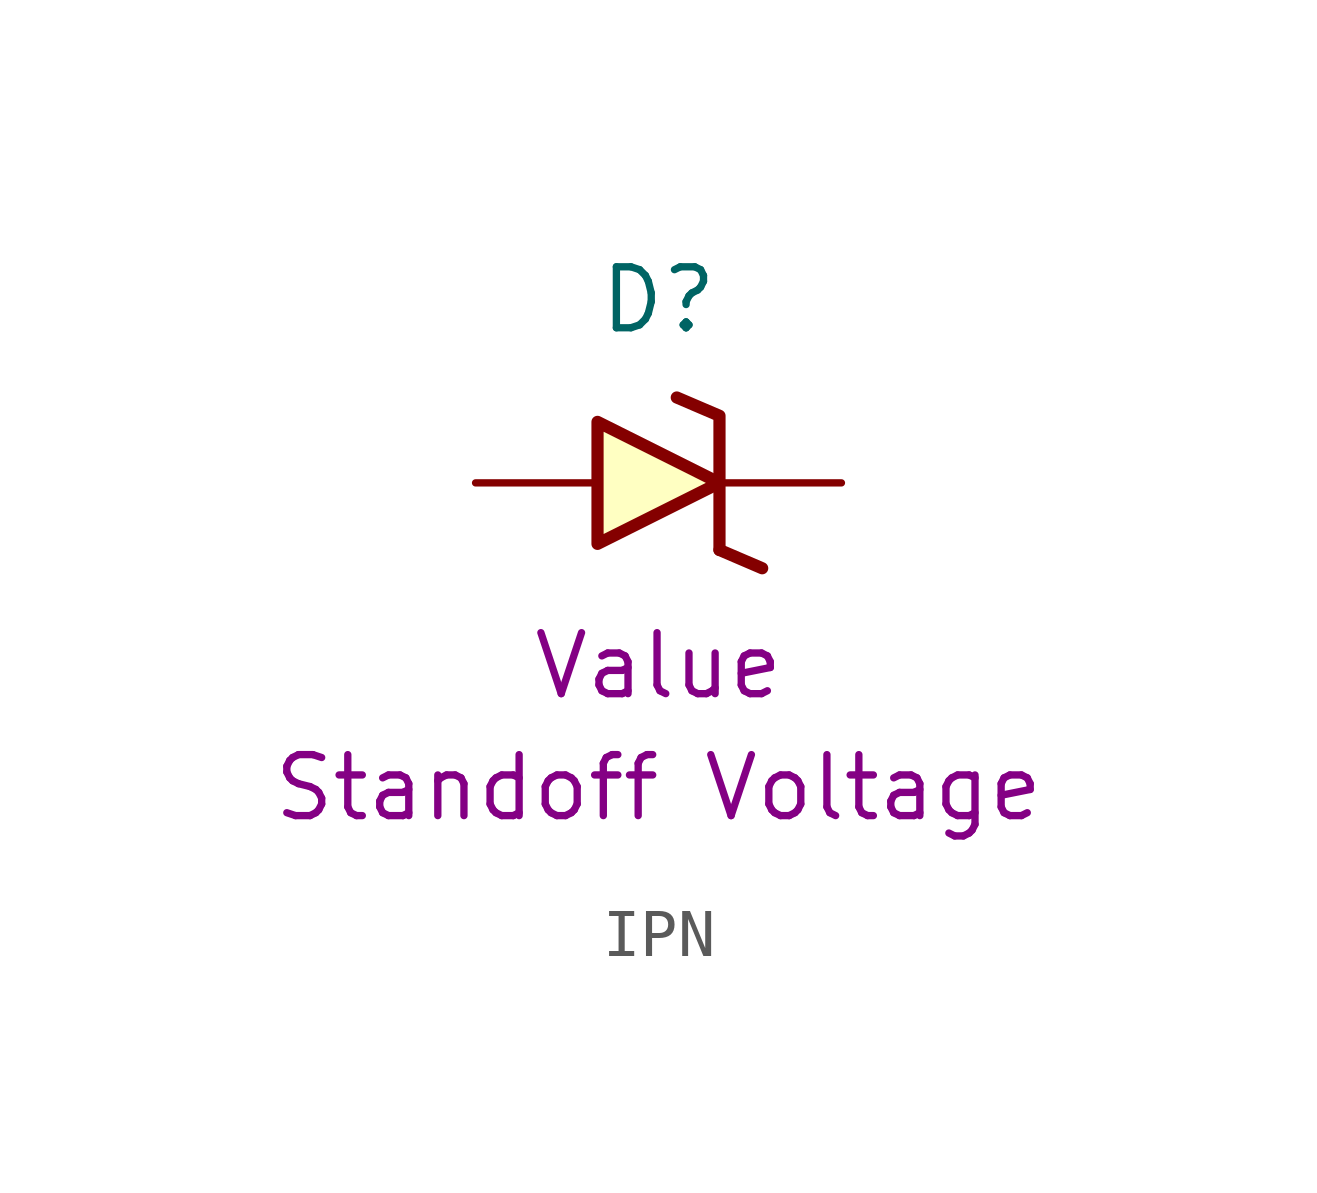
<source format=kicad_sym>
(kicad_symbol_lib
  (version 20211014)
  (generator kicad_symbol_editor)
  (symbol "IPN"
    (pin_numbers hide)
    (pin_names
      (offset 0) hide)
    (property "Reference" "D"
      (at 0 3.81 0)
      (effects (font (size 1.27 1.27))))
    (property "Part Number" "Value"
      (at 0 -3.81 0)
      (effects (font (size 1.27 1.27))))
    (property "Standoff Voltage" "Standoff Voltage"
      (at 0 -6.35 0)
      (effects (font (size 1.27 1.27))))
    (symbol "IPN_0_1"
      (polyline (pts (xy 1.27 -1.397) (xy 2.159 -1.778)) (stroke (width 0.254) (type default) (color 0 0 0 0)) (fill (type none)))
      (polyline (pts (xy 1.27 -1.397) (xy 1.27 1.397) (xy 0.381 1.778)) (stroke (width 0.254) (type default) (color 0 0 0 0)) (fill (type none)))
      (polyline (pts (xy -1.27 1.27) (xy -1.27 -1.27) (xy 1.27 0) (xy -1.27 1.27)) (stroke (width 0.254) (type default) (color 0 0 0 0)) (fill (type background))))
    (symbol "IPN_1_1"
      (pin passive line (at 3.81 0 180) (length 2.54) (name "Cathode" (effects (font (size 1.27 1.27)))) (number "1" (effects (font (size 1.27 1.27)))))
      (pin passive line (at -3.81 0 0) (length 2.54) (name "Anode" (effects (font (size 1.27 1.27)))) (number "2" (effects (font (size 1.27 1.27))))))))
</source>
